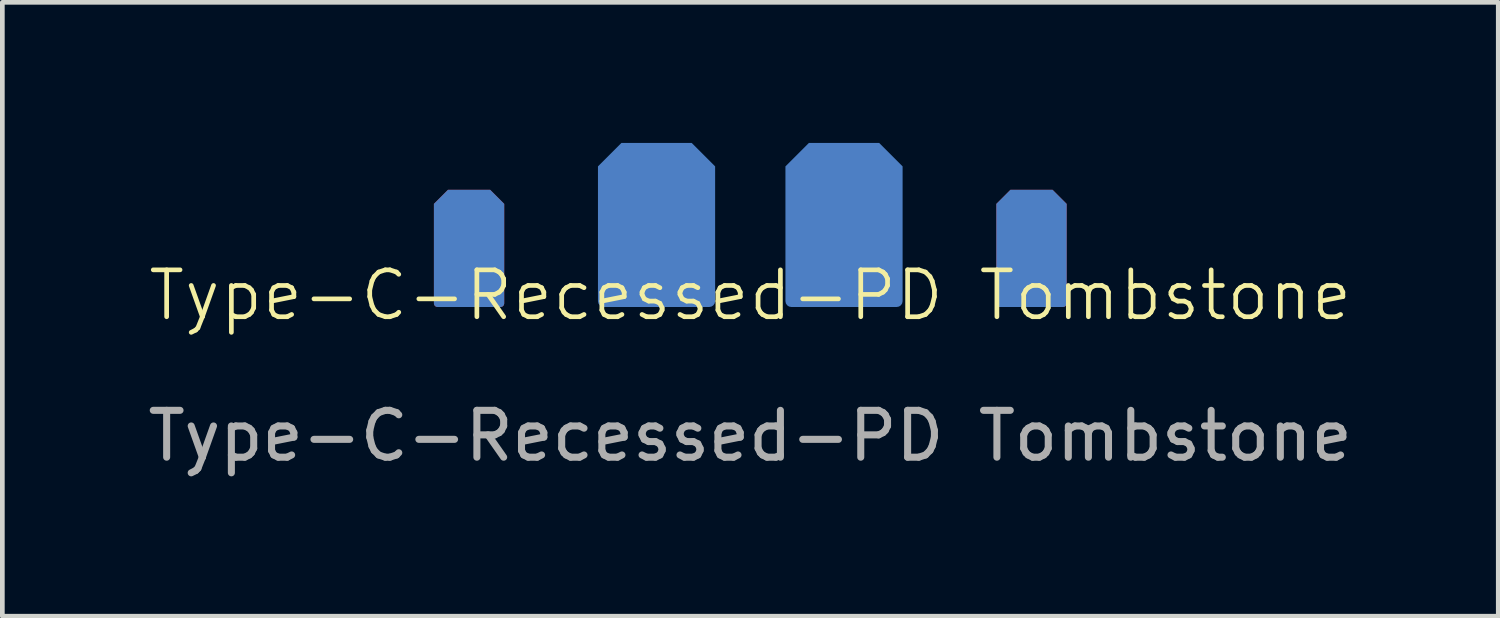
<source format=kicad_pcb>
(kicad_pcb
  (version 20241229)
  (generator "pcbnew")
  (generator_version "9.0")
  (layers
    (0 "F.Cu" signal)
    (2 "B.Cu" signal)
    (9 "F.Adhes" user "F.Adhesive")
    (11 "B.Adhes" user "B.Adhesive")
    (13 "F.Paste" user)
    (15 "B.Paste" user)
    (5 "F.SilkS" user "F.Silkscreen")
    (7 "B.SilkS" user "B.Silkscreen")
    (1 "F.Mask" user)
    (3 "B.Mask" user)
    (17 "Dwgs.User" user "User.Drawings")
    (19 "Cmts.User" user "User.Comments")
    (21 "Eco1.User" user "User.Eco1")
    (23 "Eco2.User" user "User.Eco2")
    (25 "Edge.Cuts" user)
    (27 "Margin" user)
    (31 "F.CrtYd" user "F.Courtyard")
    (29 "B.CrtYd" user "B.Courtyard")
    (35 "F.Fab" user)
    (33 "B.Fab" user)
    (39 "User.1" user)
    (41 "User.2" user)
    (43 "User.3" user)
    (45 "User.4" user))
  (footprint "Type-C-Recessed-PD Tombstone"
    (layer "F.Cu")
    (at 12.958 3.75)
    (property "Reference" "Type-C-Recessed-PD Tombstone" (at 0 -0.5 0) (unlocked yes) (layer "F.SilkS") (effects (font (size 1 1) (thickness 0.1))))
    (attr smd)
    (fp_text user "${REFERENCE}" (at 0 2.5 0) (unlocked yes) (layer "F.Fab") (effects (font (size 1 1) (thickness 0.15))))
    (pad "1" smd roundrect (at -2 -2) (size 2.5 3.5) (layers "B.Cu" "B.Mask") (roundrect_rratio 0.05) (chamfer_ratio 0.2) (chamfer top_left top_right))
    (pad "2" smd roundrect (at 2 -2) (size 2.5 3.5) (layers "B.Cu" "B.Mask") (roundrect_rratio 0.05) (chamfer_ratio 0.2) (chamfer top_left top_right))
    (pad "3" smd roundrect (at -6 -1.5) (size 1.5 2.5) (layers "B.Cu" "B.Mask") (roundrect_rratio 0.05) (chamfer_ratio 0.2) (chamfer top_left top_right))
    (pad "4" smd roundrect (at -6 -1.5) (size 1.5 2.5) (layers "F.Cu" "F.Mask") (roundrect_rratio 0.05) (chamfer_ratio 0.2) (chamfer top_left top_right))
    (pad "5" smd roundrect (at 6 -1.5) (size 1.5 2.5) (layers "B.Cu" "B.Mask") (roundrect_rratio 0.05) (chamfer_ratio 0.2) (chamfer top_left top_right))
    (pad "6" smd roundrect (at 6 -1.5) (size 1.5 2.5) (layers "F.Cu" "F.Mask") (roundrect_rratio 0.05) (chamfer_ratio 0.2) (chamfer top_left top_right)))
  (gr_rect
    (start -3 -3)
    (end 28.917 10.098)
    (stroke (width 0.1) (type default))
    (fill no)
    (layer "Edge.Cuts")))
</source>
